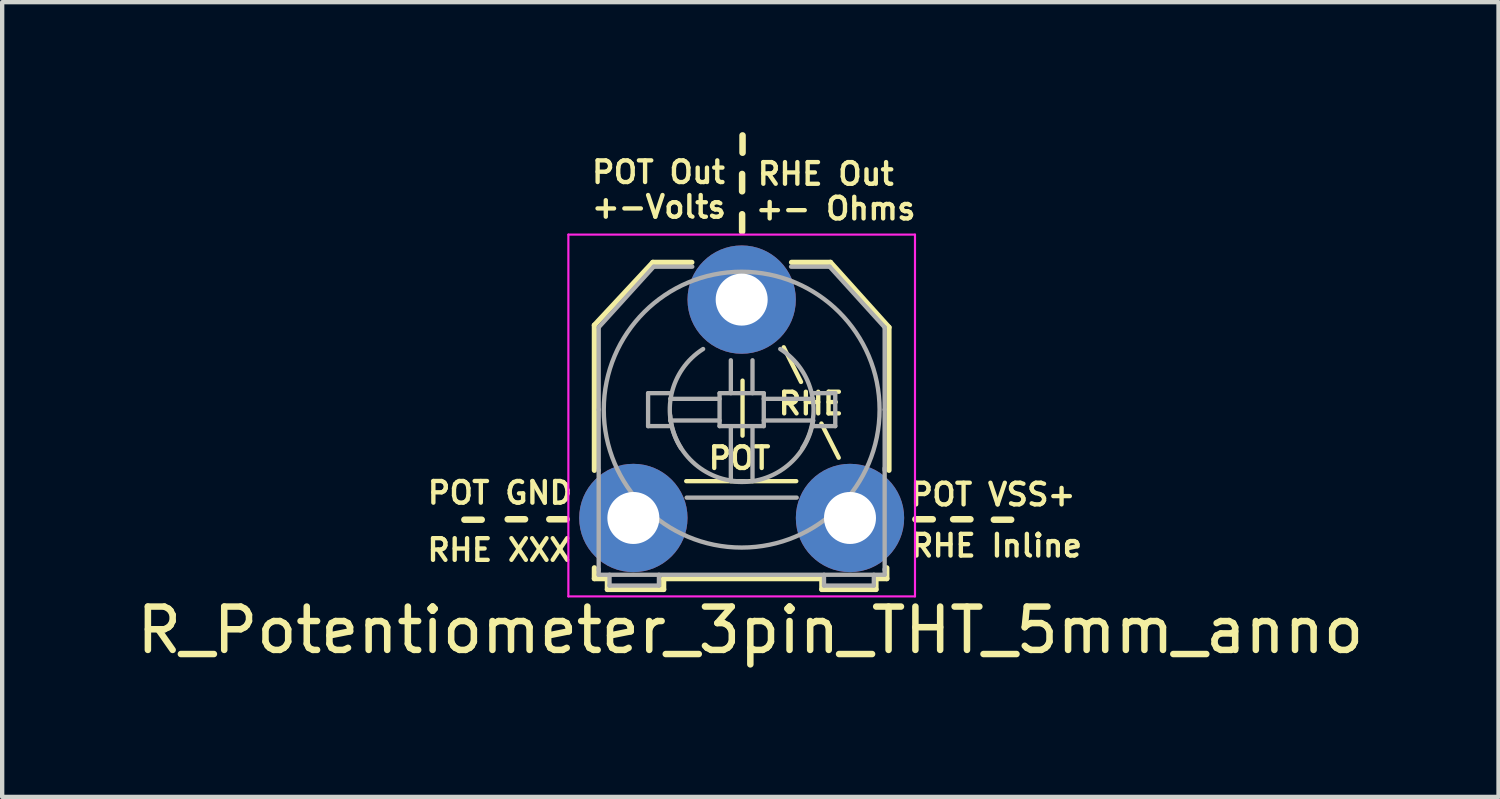
<source format=kicad_pcb>
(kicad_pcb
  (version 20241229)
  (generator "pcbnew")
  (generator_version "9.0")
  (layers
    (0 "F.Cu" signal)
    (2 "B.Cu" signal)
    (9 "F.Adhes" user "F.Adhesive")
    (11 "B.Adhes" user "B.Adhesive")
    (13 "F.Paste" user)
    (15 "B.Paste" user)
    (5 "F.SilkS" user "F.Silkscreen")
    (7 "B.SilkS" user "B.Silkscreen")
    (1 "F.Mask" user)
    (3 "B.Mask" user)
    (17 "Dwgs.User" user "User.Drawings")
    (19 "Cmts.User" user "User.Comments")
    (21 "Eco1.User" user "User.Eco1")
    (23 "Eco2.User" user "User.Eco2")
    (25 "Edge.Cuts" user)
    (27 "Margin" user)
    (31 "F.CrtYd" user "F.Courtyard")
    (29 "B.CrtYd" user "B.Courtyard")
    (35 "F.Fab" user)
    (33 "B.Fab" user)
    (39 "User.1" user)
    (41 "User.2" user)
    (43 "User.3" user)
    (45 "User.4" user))
  (footprint "R_Potentiometer_3pin_THT_5mm_anno"
    (layer "F.Cu")
    (at 11.568 8.905)
    (property "Reference" "R_Potentiometer_3pin_THT_5mm_anno" (at 2.7 2.59 0) (layer "F.SilkS") (effects (font (size 1 1) (thickness 0.15))))
    (attr through_hole)
    (fp_line (start -3.9 0.04) (end -3.5 0.04) (stroke (width 0.15) (type solid)) (layer "F.SilkS"))
    (fp_line (start -2.9 0.03) (end -2.5 0.03) (stroke (width 0.15) (type solid)) (layer "F.SilkS"))
    (fp_line (start -1.94 0.03) (end -1.54 0.03) (stroke (width 0.15) (type solid)) (layer "F.SilkS"))
    (fp_line (start -0.9 -4.45) (end 0.45 -5.9) (stroke (width 0.12) (type solid)) (layer "F.SilkS"))
    (fp_line (start -0.9 -1.1) (end -0.9 -4.45) (stroke (width 0.12) (type solid)) (layer "F.SilkS"))
    (fp_line (start -0.9 1.4) (end -0.9 1.15) (stroke (width 0.12) (type solid)) (layer "F.SilkS"))
    (fp_line (start -0.6 1.4) (end -0.9 1.4) (stroke (width 0.12) (type solid)) (layer "F.SilkS"))
    (fp_line (start -0.6 1.65) (end -0.6 1.4) (stroke (width 0.12) (type solid)) (layer "F.SilkS"))
    (fp_line (start 0.45 -5.9) (end 1.35 -5.9) (stroke (width 0.12) (type solid)) (layer "F.SilkS"))
    (fp_line (start 0.7 1.4) (end 0.7 1.65) (stroke (width 0.12) (type solid)) (layer "F.SilkS"))
    (fp_line (start 0.7 1.65) (end -0.6 1.65) (stroke (width 0.12) (type solid)) (layer "F.SilkS"))
    (fp_line (start 1.22 -0.85) (end 3.76 -0.85) (stroke (width 0.1) (type solid)) (layer "F.SilkS"))
    (fp_line (start 2.51 -7.94) (end 2.51 -7.54) (stroke (width 0.15) (type solid)) (layer "F.SilkS"))
    (fp_line (start 2.51 -7.01) (end 2.51 -6.61) (stroke (width 0.15) (type solid)) (layer "F.SilkS"))
    (fp_line (start 2.52 -8.83) (end 2.52 -8.43) (stroke (width 0.15) (type solid)) (layer "F.SilkS"))
    (fp_line (start 2.52 -3.17) (end 2.52 -1.9) (stroke (width 0.1) (type solid)) (layer "F.SilkS"))
    (fp_line (start 3.47 -3.94) (end 3.87 -3.14) (stroke (width 0.1) (type solid)) (layer "F.SilkS"))
    (fp_line (start 3.65 -5.9) (end 4.55 -5.9) (stroke (width 0.12) (type solid)) (layer "F.SilkS"))
    (fp_line (start 4.34 -2.18) (end 4.74 -1.39) (stroke (width 0.1) (type solid)) (layer "F.SilkS"))
    (fp_line (start 4.35 1.4) (end 0.7 1.4) (stroke (width 0.12) (type solid)) (layer "F.SilkS"))
    (fp_line (start 4.35 1.65) (end 4.35 1.4) (stroke (width 0.12) (type solid)) (layer "F.SilkS"))
    (fp_line (start 4.55 -5.9) (end 5.9 -4.4) (stroke (width 0.12) (type solid)) (layer "F.SilkS"))
    (fp_line (start 5.6 1.4) (end 5.6 1.65) (stroke (width 0.12) (type solid)) (layer "F.SilkS"))
    (fp_line (start 5.6 1.65) (end 4.35 1.65) (stroke (width 0.12) (type solid)) (layer "F.SilkS"))
    (fp_line (start 5.85 1.15) (end 5.85 1.4) (stroke (width 0.12) (type solid)) (layer "F.SilkS"))
    (fp_line (start 5.85 1.4) (end 5.6 1.4) (stroke (width 0.12) (type solid)) (layer "F.SilkS"))
    (fp_line (start 5.9 -4.4) (end 5.9 -1.1) (stroke (width 0.12) (type solid)) (layer "F.SilkS"))
    (fp_line (start 6.51 0.03) (end 6.91 0.03) (stroke (width 0.15) (type solid)) (layer "F.SilkS"))
    (fp_line (start 7.38 0.03) (end 7.78 0.03) (stroke (width 0.15) (type solid)) (layer "F.SilkS"))
    (fp_line (start 8.32 0.04) (end 8.72 0.04) (stroke (width 0.15) (type solid)) (layer "F.SilkS"))
    (fp_line (start -1.5 -6.54) (end -1.5 1.81) (stroke (width 0.05) (type solid)) (layer "F.CrtYd"))
    (fp_line (start -1.5 -6.54) (end 6.5 -6.54) (stroke (width 0.05) (type solid)) (layer "F.CrtYd"))
    (fp_line (start 6.5 1.81) (end -1.5 1.81) (stroke (width 0.05) (type solid)) (layer "F.CrtYd"))
    (fp_line (start 6.5 1.81) (end 6.5 -6.54) (stroke (width 0.05) (type solid)) (layer "F.CrtYd"))
    (fp_line (start -0.8 -4.4) (end -0.8 -2.5) (stroke (width 0.1) (type solid)) (layer "F.Fab"))
    (fp_line (start -0.8 -2.5) (end -0.8 -1.1) (stroke (width 0.1) (type solid)) (layer "F.Fab"))
    (fp_line (start -0.8 -1.1) (end -0.8 1.2) (stroke (width 0.1) (type solid)) (layer "F.Fab"))
    (fp_line (start -0.8 1.31) (end -0.8 1.18) (stroke (width 0.1) (type solid)) (layer "F.Fab"))
    (fp_line (start -0.8 1.31) (end 5.8 1.31) (stroke (width 0.1) (type solid)) (layer "F.Fab"))
    (fp_line (start -0.55 1.31) (end -0.55 1.56) (stroke (width 0.1) (type solid)) (layer "F.Fab"))
    (fp_line (start -0.55 1.56) (end 0.59 1.56) (stroke (width 0.1) (type solid)) (layer "F.Fab"))
    (fp_line (start 0.34 -2.88) (end 0.34 -2.12) (stroke (width 0.1) (type solid)) (layer "F.Fab"))
    (fp_line (start 0.34 -2.12) (end 0.85 -2.12) (stroke (width 0.1) (type solid)) (layer "F.Fab"))
    (fp_line (start 0.47 -5.8) (end -0.8 -4.4) (stroke (width 0.1) (type solid)) (layer "F.Fab"))
    (fp_line (start 0.59 1.56) (end 0.59 1.31) (stroke (width 0.1) (type solid)) (layer "F.Fab"))
    (fp_line (start 0.85 -2.88) (end 0.34 -2.88) (stroke (width 0.1) (type solid)) (layer "F.Fab"))
    (fp_line (start 1.23 -0.47) (end 3.77 -0.47) (stroke (width 0.1) (type solid)) (layer "F.Fab"))
    (fp_line (start 1.36 -5.8) (end 0.47 -5.8) (stroke (width 0.1) (type solid)) (layer "F.Fab"))
    (fp_line (start 1.99 -2.88) (end 1.99 -2.12) (stroke (width 0.1) (type solid)) (layer "F.Fab"))
    (fp_line (start 1.99 -2.75) (end 0.85 -2.75) (stroke (width 0.1) (type solid)) (layer "F.Fab"))
    (fp_line (start 1.99 -2.25) (end 0.85 -2.25) (stroke (width 0.1) (type solid)) (layer "F.Fab"))
    (fp_line (start 1.99 -2.12) (end 3.01 -2.12) (stroke (width 0.1) (type solid)) (layer "F.Fab"))
    (fp_line (start 2.25 -2.88) (end 2.25 -3.64) (stroke (width 0.1) (type solid)) (layer "F.Fab"))
    (fp_line (start 2.25 -2.12) (end 2.25 -0.85) (stroke (width 0.1) (type solid)) (layer "F.Fab"))
    (fp_line (start 2.75 -2.88) (end 2.75 -3.64) (stroke (width 0.1) (type solid)) (layer "F.Fab"))
    (fp_line (start 2.75 -2.12) (end 2.75 -0.85) (stroke (width 0.1) (type solid)) (layer "F.Fab"))
    (fp_line (start 3.01 -2.88) (end 1.99 -2.88) (stroke (width 0.1) (type solid)) (layer "F.Fab"))
    (fp_line (start 3.01 -2.75) (end 4.15 -2.75) (stroke (width 0.1) (type solid)) (layer "F.Fab"))
    (fp_line (start 3.01 -2.25) (end 4.15 -2.25) (stroke (width 0.1) (type solid)) (layer "F.Fab"))
    (fp_line (start 3.01 -2.12) (end 3.01 -2.88) (stroke (width 0.1) (type solid)) (layer "F.Fab"))
    (fp_line (start 4.15 -2.88) (end 4.66 -2.88) (stroke (width 0.1) (type solid)) (layer "F.Fab"))
    (fp_line (start 4.4 1.56) (end 4.4 1.31) (stroke (width 0.1) (type solid)) (layer "F.Fab"))
    (fp_line (start 4.53 -5.8) (end 3.64 -5.8) (stroke (width 0.1) (type solid)) (layer "F.Fab"))
    (fp_line (start 4.53 -5.8) (end 5.8 -4.4) (stroke (width 0.1) (type solid)) (layer "F.Fab"))
    (fp_line (start 4.66 -2.88) (end 4.66 -2.12) (stroke (width 0.1) (type solid)) (layer "F.Fab"))
    (fp_line (start 4.66 -2.12) (end 4.15 -2.12) (stroke (width 0.1) (type solid)) (layer "F.Fab"))
    (fp_line (start 5.55 1.31) (end 5.55 1.56) (stroke (width 0.1) (type solid)) (layer "F.Fab"))
    (fp_line (start 5.55 1.56) (end 4.4 1.56) (stroke (width 0.1) (type solid)) (layer "F.Fab"))
    (fp_line (start 5.8 -4.4) (end 5.8 -2.5) (stroke (width 0.1) (type solid)) (layer "F.Fab"))
    (fp_line (start 5.8 -2.5) (end 5.8 -1.1) (stroke (width 0.1) (type solid)) (layer "F.Fab"))
    (fp_line (start 5.8 1.2) (end 5.8 -1.15) (stroke (width 0.1) (type solid)) (layer "F.Fab"))
    (fp_line (start 5.8 1.31) (end 5.8 1.18) (stroke (width 0.1) (type solid)) (layer "F.Fab"))
    (fp_arc (start 1.1 -1.61) (mid 0.880725 -2.860624) (end 1.61 -3.9) (stroke (width 0.1) (type solid)) (layer "F.Fab"))
    (fp_arc (start 2.63 -0.85) (mid 1.425198 -1.24135) (end 0.85 -2.37) (stroke (width 0.1) (type solid)) (layer "F.Fab"))
    (fp_arc (start 3.39 -3.9) (mid 4.119275 -2.860624) (end 3.9 -1.61) (stroke (width 0.1) (type solid)) (layer "F.Fab"))
    (fp_arc (start 4.15 -2.25) (mid 3.489949 -1.156497) (end 2.25 -0.85) (stroke (width 0.1) (type solid)) (layer "F.Fab"))
    (fp_circle (center 2.5 -2.5) (end 4.7 -0.2) (stroke (width 0.1) (type solid)) (fill no) (layer "F.Fab"))
    (fp_text user "RHE XXX" (at -3.1 0.74 0) (layer "F.SilkS") (effects (font (size 0.5 0.5) (thickness 0.1))))
    (fp_text user "RHE Inline" (at 8.38 0.64 0) (layer "F.SilkS") (effects (font (size 0.5 0.5) (thickness 0.1))))
    (fp_text user "POT VSS+" (at 8.3 -0.54 0) (layer "F.SilkS") (effects (font (size 0.5 0.5) (thickness 0.1))))
    (fp_text user "+-Volts" (at 0.59 -7.18 0) (layer "F.SilkS") (effects (font (size 0.5 0.5) (thickness 0.1))))
    (fp_text user "POT Out" (at 0.58 -7.98 0) (layer "F.SilkS") (effects (font (size 0.5 0.5) (thickness 0.1))))
    (fp_text user "RHE Out" (at 4.44 -7.94 0) (layer "F.SilkS") (effects (font (size 0.5 0.5) (thickness 0.1))))
    (fp_text user "POT GND" (at -3.08 -0.58 0) (layer "F.SilkS") (effects (font (size 0.5 0.5) (thickness 0.1))))
    (fp_text user "POT" (at 2.45 -1.38 0) (layer "F.SilkS") (effects (font (size 0.5 0.5) (thickness 0.1))))
    (fp_text user "+- Ohms" (at 4.67 -7.14 0) (layer "F.SilkS") (effects (font (size 0.5 0.5) (thickness 0.1))))
    (fp_text user "RHE" (at 4.1 -2.64 0) (layer "F.SilkS") (effects (font (size 0.5 0.5) (thickness 0.1))))
    (pad "1" thru_hole circle (at 0 0) (size 2.5 2.5) (drill 1.2) (layers "*.Cu" "*.Mask"))
    (pad "2" thru_hole circle (at 2.5 -5.04) (size 2.5 2.5) (drill 1.2) (layers "*.Cu" "*.Mask"))
    (pad "3" thru_hole circle (at 5 0) (size 2.5 2.5) (drill 1.2) (layers "*.Cu" "*.Mask")))
  (gr_rect
    (start -3 -3)
    (end 31.536 15.343)
    (stroke (width 0.1) (type default))
    (fill no)
    (layer "Edge.Cuts")))
</source>
